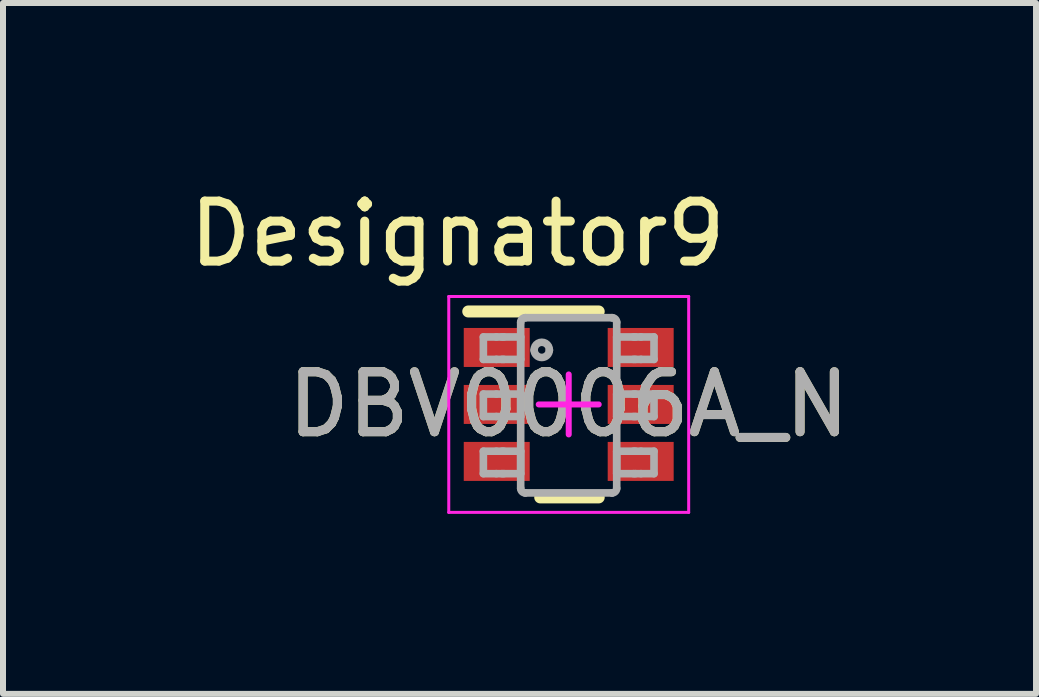
<source format=kicad_pcb>
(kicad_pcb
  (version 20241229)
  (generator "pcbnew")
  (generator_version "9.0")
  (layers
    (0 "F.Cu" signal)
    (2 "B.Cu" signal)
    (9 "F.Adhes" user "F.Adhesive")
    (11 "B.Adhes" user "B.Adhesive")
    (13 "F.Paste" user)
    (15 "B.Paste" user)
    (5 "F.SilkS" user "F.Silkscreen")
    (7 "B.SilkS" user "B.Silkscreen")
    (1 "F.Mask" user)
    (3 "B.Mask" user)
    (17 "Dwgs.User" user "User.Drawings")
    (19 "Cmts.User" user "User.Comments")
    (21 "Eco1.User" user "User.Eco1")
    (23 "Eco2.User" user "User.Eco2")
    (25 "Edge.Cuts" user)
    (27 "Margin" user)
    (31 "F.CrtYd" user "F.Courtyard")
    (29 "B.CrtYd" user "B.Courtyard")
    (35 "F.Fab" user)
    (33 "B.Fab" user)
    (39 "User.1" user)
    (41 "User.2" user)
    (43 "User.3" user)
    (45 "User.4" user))
  (footprint "DBV0006A_N"
    (layer "F.Cu")
    (at 6.432 3.693)
    (property "Reference" "DBV0006A_N" (at 0 0 0) (unlocked yes) (layer "F.SilkS") (effects (font (size 1 1) (thickness 0.15))))
    (attr smd)
    (fp_line (start -1.675 -1.55) (end 0.5 -1.55) (stroke (width 0.2) (type solid)) (layer "F.SilkS"))
    (fp_line (start -0.475 1.55) (end 0.5 1.55) (stroke (width 0.2) (type solid)) (layer "F.SilkS"))
    (fp_line (start -2 -1.8) (end 2 -1.8) (stroke (width 0.05) (type solid)) (layer "F.CrtYd"))
    (fp_line (start -2 1.8) (end -2 -1.8) (stroke (width 0.05) (type solid)) (layer "F.CrtYd"))
    (fp_line (start -2 1.8) (end 2 1.8) (stroke (width 0.05) (type solid)) (layer "F.CrtYd"))
    (fp_line (start -0.5 0) (end 0.5 0) (stroke (width 0.1) (type solid)) (layer "F.CrtYd"))
    (fp_line (start 0 0.5) (end 0 -0.5) (stroke (width 0.1) (type solid)) (layer "F.CrtYd"))
    (fp_line (start 2 1.8) (end 2 -1.8) (stroke (width 0.05) (type solid)) (layer "F.CrtYd"))
    (fp_line (start -1.423 -1.125) (end -1.206 -1.125) (stroke (width 0.127) (type solid)) (layer "F.Fab"))
    (fp_line (start -1.423 -0.751) (end -1.423 -1.125) (stroke (width 0.127) (type solid)) (layer "F.Fab"))
    (fp_line (start -1.423 -0.751) (end -1.206 -0.751) (stroke (width 0.127) (type solid)) (layer "F.Fab"))
    (fp_line (start -1.423 -0.173) (end -1.206 -0.173) (stroke (width 0.127) (type solid)) (layer "F.Fab"))
    (fp_line (start -1.423 0.202) (end -1.423 -0.173) (stroke (width 0.127) (type solid)) (layer "F.Fab"))
    (fp_line (start -1.423 0.202) (end -1.206 0.202) (stroke (width 0.127) (type solid)) (layer "F.Fab"))
    (fp_line (start -1.423 0.78) (end -1.206 0.78) (stroke (width 0.127) (type solid)) (layer "F.Fab"))
    (fp_line (start -1.423 1.154) (end -1.423 0.78) (stroke (width 0.127) (type solid)) (layer "F.Fab"))
    (fp_line (start -1.423 1.154) (end -1.206 1.154) (stroke (width 0.127) (type solid)) (layer "F.Fab"))
    (fp_line (start -1.206 -1.125) (end -1.113 -1.125) (stroke (width 0.127) (type solid)) (layer "F.Fab"))
    (fp_line (start -1.206 -0.751) (end -1.113 -0.751) (stroke (width 0.127) (type solid)) (layer "F.Fab"))
    (fp_line (start -1.206 -0.173) (end -1.113 -0.173) (stroke (width 0.127) (type solid)) (layer "F.Fab"))
    (fp_line (start -1.206 0.202) (end -1.113 0.202) (stroke (width 0.127) (type solid)) (layer "F.Fab"))
    (fp_line (start -1.206 0.78) (end -1.113 0.78) (stroke (width 0.127) (type solid)) (layer "F.Fab"))
    (fp_line (start -1.206 1.154) (end -1.113 1.154) (stroke (width 0.127) (type solid)) (layer "F.Fab"))
    (fp_line (start -1.113 -1.125) (end -1.081 -1.125) (stroke (width 0.127) (type solid)) (layer "F.Fab"))
    (fp_line (start -1.113 -0.751) (end -1.081 -0.751) (stroke (width 0.127) (type solid)) (layer "F.Fab"))
    (fp_line (start -1.113 -0.173) (end -1.081 -0.173) (stroke (width 0.127) (type solid)) (layer "F.Fab"))
    (fp_line (start -1.113 0.202) (end -1.081 0.202) (stroke (width 0.127) (type solid)) (layer "F.Fab"))
    (fp_line (start -1.113 0.78) (end -1.081 0.78) (stroke (width 0.127) (type solid)) (layer "F.Fab"))
    (fp_line (start -1.113 1.154) (end -1.081 1.154) (stroke (width 0.127) (type solid)) (layer "F.Fab"))
    (fp_line (start -1.081 -1.125) (end -0.828 -1.125) (stroke (width 0.127) (type solid)) (layer "F.Fab"))
    (fp_line (start -1.081 -0.751) (end -0.828 -0.751) (stroke (width 0.127) (type solid)) (layer "F.Fab"))
    (fp_line (start -1.081 -0.173) (end -0.828 -0.173) (stroke (width 0.127) (type solid)) (layer "F.Fab"))
    (fp_line (start -1.081 0.202) (end -0.828 0.202) (stroke (width 0.127) (type solid)) (layer "F.Fab"))
    (fp_line (start -1.081 0.78) (end -0.828 0.78) (stroke (width 0.127) (type solid)) (layer "F.Fab"))
    (fp_line (start -1.081 1.154) (end -0.828 1.154) (stroke (width 0.127) (type solid)) (layer "F.Fab"))
    (fp_line (start -0.828 -1.125) (end -0.801 -1.125) (stroke (width 0.127) (type solid)) (layer "F.Fab"))
    (fp_line (start -0.828 -0.751) (end -0.801 -0.751) (stroke (width 0.127) (type solid)) (layer "F.Fab"))
    (fp_line (start -0.828 -0.173) (end -0.801 -0.173) (stroke (width 0.127) (type solid)) (layer "F.Fab"))
    (fp_line (start -0.828 0.202) (end -0.801 0.202) (stroke (width 0.127) (type solid)) (layer "F.Fab"))
    (fp_line (start -0.828 0.78) (end -0.801 0.78) (stroke (width 0.127) (type solid)) (layer "F.Fab"))
    (fp_line (start -0.828 1.154) (end -0.801 1.154) (stroke (width 0.127) (type solid)) (layer "F.Fab"))
    (fp_line (start -0.801 -0.751) (end -0.801 -1.125) (stroke (width 0.127) (type solid)) (layer "F.Fab"))
    (fp_line (start -0.801 0.202) (end -0.801 -0.173) (stroke (width 0.127) (type solid)) (layer "F.Fab"))
    (fp_line (start -0.801 1.154) (end -0.801 0.78) (stroke (width 0.127) (type solid)) (layer "F.Fab"))
    (fp_line (start -0.801 1.399) (end -0.801 -1.37) (stroke (width 0.127) (type solid)) (layer "F.Fab"))
    (fp_line (start -0.725 -1.446) (end -0.724 -1.446) (stroke (width 0.127) (type solid)) (layer "F.Fab"))
    (fp_line (start -0.725 1.475) (end -0.724 1.475) (stroke (width 0.127) (type solid)) (layer "F.Fab"))
    (fp_line (start -0.724 -1.446) (end 0.723 -1.446) (stroke (width 0.127) (type solid)) (layer "F.Fab"))
    (fp_line (start -0.724 1.475) (end 0.723 1.475) (stroke (width 0.127) (type solid)) (layer "F.Fab"))
    (fp_line (start 0.723 -1.446) (end 0.724 -1.446) (stroke (width 0.127) (type solid)) (layer "F.Fab"))
    (fp_line (start 0.723 1.475) (end 0.724 1.475) (stroke (width 0.127) (type solid)) (layer "F.Fab"))
    (fp_line (start 0.8 -1.125) (end 0.827 -1.125) (stroke (width 0.127) (type solid)) (layer "F.Fab"))
    (fp_line (start 0.8 -0.751) (end 0.8 -1.125) (stroke (width 0.127) (type solid)) (layer "F.Fab"))
    (fp_line (start 0.8 -0.751) (end 0.827 -0.751) (stroke (width 0.127) (type solid)) (layer "F.Fab"))
    (fp_line (start 0.8 -0.173) (end 0.827 -0.173) (stroke (width 0.127) (type solid)) (layer "F.Fab"))
    (fp_line (start 0.8 0.202) (end 0.8 -0.173) (stroke (width 0.127) (type solid)) (layer "F.Fab"))
    (fp_line (start 0.8 0.202) (end 0.827 0.202) (stroke (width 0.127) (type solid)) (layer "F.Fab"))
    (fp_line (start 0.8 0.78) (end 0.827 0.78) (stroke (width 0.127) (type solid)) (layer "F.Fab"))
    (fp_line (start 0.8 1.154) (end 0.8 0.78) (stroke (width 0.127) (type solid)) (layer "F.Fab"))
    (fp_line (start 0.8 1.154) (end 0.827 1.154) (stroke (width 0.127) (type solid)) (layer "F.Fab"))
    (fp_line (start 0.8 1.399) (end 0.8 -1.37) (stroke (width 0.127) (type solid)) (layer "F.Fab"))
    (fp_line (start 0.827 -1.125) (end 1.08 -1.125) (stroke (width 0.127) (type solid)) (layer "F.Fab"))
    (fp_line (start 0.827 -0.751) (end 1.08 -0.751) (stroke (width 0.127) (type solid)) (layer "F.Fab"))
    (fp_line (start 0.827 -0.173) (end 1.08 -0.173) (stroke (width 0.127) (type solid)) (layer "F.Fab"))
    (fp_line (start 0.827 0.202) (end 1.08 0.202) (stroke (width 0.127) (type solid)) (layer "F.Fab"))
    (fp_line (start 0.827 0.78) (end 1.08 0.78) (stroke (width 0.127) (type solid)) (layer "F.Fab"))
    (fp_line (start 0.827 1.154) (end 1.08 1.154) (stroke (width 0.127) (type solid)) (layer "F.Fab"))
    (fp_line (start 1.08 -1.125) (end 1.112 -1.125) (stroke (width 0.127) (type solid)) (layer "F.Fab"))
    (fp_line (start 1.08 -0.751) (end 1.112 -0.751) (stroke (width 0.127) (type solid)) (layer "F.Fab"))
    (fp_line (start 1.08 -0.173) (end 1.112 -0.173) (stroke (width 0.127) (type solid)) (layer "F.Fab"))
    (fp_line (start 1.08 0.202) (end 1.112 0.202) (stroke (width 0.127) (type solid)) (layer "F.Fab"))
    (fp_line (start 1.08 0.78) (end 1.112 0.78) (stroke (width 0.127) (type solid)) (layer "F.Fab"))
    (fp_line (start 1.08 1.154) (end 1.112 1.154) (stroke (width 0.127) (type solid)) (layer "F.Fab"))
    (fp_line (start 1.112 -1.125) (end 1.205 -1.125) (stroke (width 0.127) (type solid)) (layer "F.Fab"))
    (fp_line (start 1.112 -0.751) (end 1.205 -0.751) (stroke (width 0.127) (type solid)) (layer "F.Fab"))
    (fp_line (start 1.112 -0.173) (end 1.205 -0.173) (stroke (width 0.127) (type solid)) (layer "F.Fab"))
    (fp_line (start 1.112 0.202) (end 1.205 0.202) (stroke (width 0.127) (type solid)) (layer "F.Fab"))
    (fp_line (start 1.112 0.78) (end 1.205 0.78) (stroke (width 0.127) (type solid)) (layer "F.Fab"))
    (fp_line (start 1.112 1.154) (end 1.205 1.154) (stroke (width 0.127) (type solid)) (layer "F.Fab"))
    (fp_line (start 1.205 -1.125) (end 1.422 -1.125) (stroke (width 0.127) (type solid)) (layer "F.Fab"))
    (fp_line (start 1.205 -0.751) (end 1.422 -0.751) (stroke (width 0.127) (type solid)) (layer "F.Fab"))
    (fp_line (start 1.205 -0.173) (end 1.422 -0.173) (stroke (width 0.127) (type solid)) (layer "F.Fab"))
    (fp_line (start 1.205 0.202) (end 1.422 0.202) (stroke (width 0.127) (type solid)) (layer "F.Fab"))
    (fp_line (start 1.205 0.78) (end 1.422 0.78) (stroke (width 0.127) (type solid)) (layer "F.Fab"))
    (fp_line (start 1.205 1.154) (end 1.422 1.154) (stroke (width 0.127) (type solid)) (layer "F.Fab"))
    (fp_line (start 1.422 -0.751) (end 1.422 -1.125) (stroke (width 0.127) (type solid)) (layer "F.Fab"))
    (fp_line (start 1.422 0.202) (end 1.422 -0.173) (stroke (width 0.127) (type solid)) (layer "F.Fab"))
    (fp_line (start 1.422 1.154) (end 1.422 0.78) (stroke (width 0.127) (type solid)) (layer "F.Fab"))
    (fp_arc (start -0.800692 -1.369901) (mid -0.778512 -1.423533) (end -0.724999 -1.446) (stroke (width 0.127) (type solid)) (layer "F.Fab"))
    (fp_arc (start -0.724999 1.475002) (mid -0.778507 1.452548) (end -0.800692 1.398928) (stroke (width 0.127) (type solid)) (layer "F.Fab"))
    (fp_arc (start -0.576537 -0.906071) (mid -0.449562 -1.033046) (end -0.322588 -0.906071) (stroke (width 0.127) (type solid)) (layer "F.Fab"))
    (fp_arc (start -0.322588 -0.906071) (mid -0.449562 -0.779097) (end -0.576537 -0.906071) (stroke (width 0.127) (type solid)) (layer "F.Fab"))
    (fp_arc (start 0.723841 -1.446) (mid 0.777341 -1.423528) (end 0.799508 -1.369901) (stroke (width 0.127) (type solid)) (layer "F.Fab"))
    (fp_arc (start 0.799508 1.398928) (mid 0.777336 1.452543) (end 0.723841 1.475002) (stroke (width 0.127) (type solid)) (layer "F.Fab"))
    (fp_text user "Designator9" (at -1.854 -2.845 0) (unlocked yes) (layer "F.SilkS") (effects (font (size 1 1) (thickness 0.15))))
    (fp_text user "${REFERENCE}" (at 0 0 0) (unlocked yes) (layer "F.Fab") (effects (font (size 1 1) (thickness 0.15))))
    (pad "1" smd rect (at -1.2 -0.95 90) (size 0.65 1.1) (layers "F.Cu" "F.Mask" "F.Paste"))
    (pad "2" smd rect (at -1.2 0 90) (size 0.65 1.1) (layers "F.Cu" "F.Mask" "F.Paste"))
    (pad "3" smd rect (at -1.2 0.95 90) (size 0.65 1.1) (layers "F.Cu" "F.Mask" "F.Paste"))
    (pad "4" smd rect (at 1.2 0.95 90) (size 0.65 1.1) (layers "F.Cu" "F.Mask" "F.Paste"))
    (pad "5" smd rect (at 1.2 0 90) (size 0.65 1.1) (layers "F.Cu" "F.Mask" "F.Paste"))
    (pad "6" smd rect (at 1.2 -0.95 90) (size 0.65 1.1) (layers "F.Cu" "F.Mask" "F.Paste")))
  (gr_rect
    (start -3 -3)
    (end 14.223 8.518)
    (stroke (width 0.1) (type default))
    (fill no)
    (layer "Edge.Cuts")))
</source>
